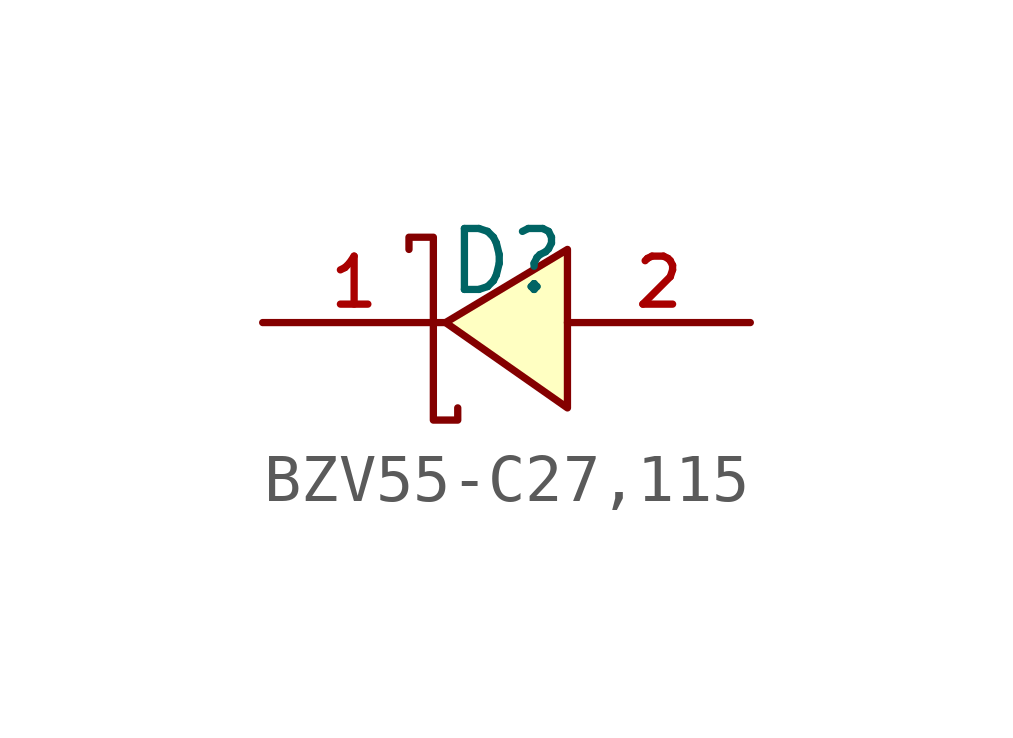
<source format=kicad_sym>
(kicad_symbol_lib
  (version 20210201)
  (generator TousstNicolas/JLC2KiCad_lib)
  (symbol "BZV55-C27,115"
    (pin_names hide)
    (property "Reference" "D"
      (at 0 1.27 0)
      (effects (font (size 1.27 1.27))))
    (symbol "BZV55-C27,115_0_1"
      (pin unspecified line (at 5.08 -0.0 180) (length 3.81) (name "A" (effects (font (size 1 1)))) (number "2" (effects (font (size 1 1)))))
      (pin unspecified line (at -5.08 -0.0 0) (length 3.81) (name "K" (effects (font (size 1 1)))) (number "1" (effects (font (size 1 1)))))
      (polyline (pts (xy -2.032 1.524) (xy -2.032 1.778) (xy -1.524 1.778) (xy -1.524 -2.032) (xy -1.016 -2.032) (xy -1.016 -1.778)) (stroke (width 0) (type default) (color 0 0 0 0)) (fill (type none)))
      (polyline (pts (xy 1.27 1.524) (xy -1.27 -0.0) (xy 1.27 -1.778) (xy 1.27 1.524)) (stroke (width 0) (type default) (color 0 0 0 0)) (fill (type background))))))
</source>
